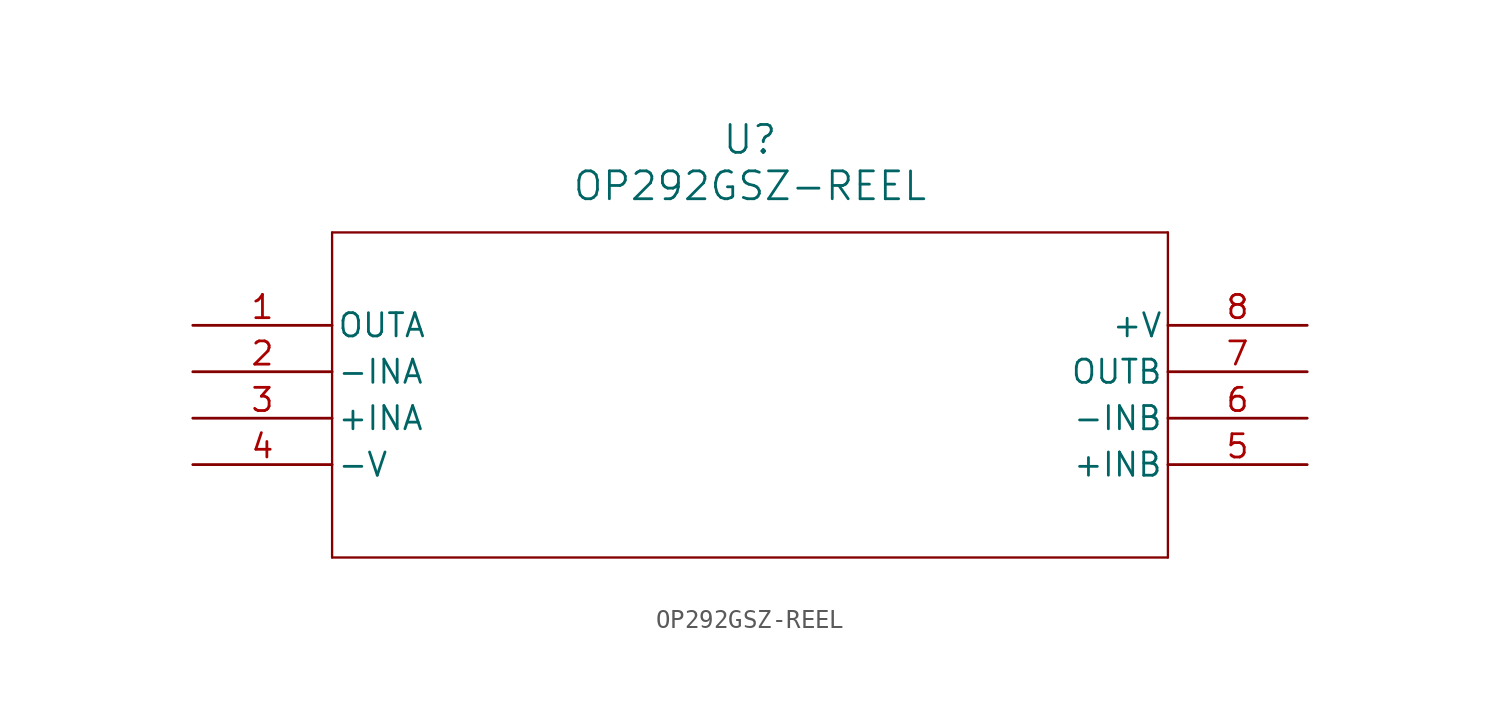
<source format=kicad_sym>
(kicad_symbol_lib
  (version 20211014)
  (generator kicad_symbol_editor)
  (symbol "OP292GSZ-REEL"
    (pin_names
      (offset 0.254))
    (property "Reference" "U"
      (at 30.48 10.16 0)
      (effects (font (size 1.524 1.524))))
    (property "Value" "OP292GSZ-REEL"
      (at 30.48 7.62 0)
      (effects (font (size 1.524 1.524))))
    (symbol "OP292GSZ-REEL_0_1"
      (polyline (pts (xy 7.62 5.08) (xy 7.62 -12.7)) (stroke (width 0.127) (type default) (color 0 0 0 0)) (fill (type none)))
      (polyline (pts (xy 7.62 -12.7) (xy 53.34 -12.7)) (stroke (width 0.127) (type default) (color 0 0 0 0)) (fill (type none)))
      (polyline (pts (xy 53.34 -12.7) (xy 53.34 5.08)) (stroke (width 0.127) (type default) (color 0 0 0 0)) (fill (type none)))
      (polyline (pts (xy 53.34 5.08) (xy 7.62 5.08)) (stroke (width 0.127) (type default) (color 0 0 0 0)) (fill (type none)))
      (pin unspecified line (at 0 0 0) (length 7.62) (name "OUTA" (effects (font (size 1.27 1.27)))) (number "1" (effects (font (size 1.27 1.27)))))
      (pin unspecified line (at 0 -2.54 0) (length 7.62) (name "-INA" (effects (font (size 1.27 1.27)))) (number "2" (effects (font (size 1.27 1.27)))))
      (pin unspecified line (at 0 -5.08 0) (length 7.62) (name "+INA" (effects (font (size 1.27 1.27)))) (number "3" (effects (font (size 1.27 1.27)))))
      (pin power_in line (at 0 -7.62 0) (length 7.62) (name "-V" (effects (font (size 1.27 1.27)))) (number "4" (effects (font (size 1.27 1.27)))))
      (pin unspecified line (at 60.96 -7.62 180) (length 7.62) (name "+INB" (effects (font (size 1.27 1.27)))) (number "5" (effects (font (size 1.27 1.27)))))
      (pin unspecified line (at 60.96 -5.08 180) (length 7.62) (name "-INB" (effects (font (size 1.27 1.27)))) (number "6" (effects (font (size 1.27 1.27)))))
      (pin unspecified line (at 60.96 -2.54 180) (length 7.62) (name "OUTB" (effects (font (size 1.27 1.27)))) (number "7" (effects (font (size 1.27 1.27)))))
      (pin power_in line (at 60.96 0 180) (length 7.62) (name "+V" (effects (font (size 1.27 1.27)))) (number "8" (effects (font (size 1.27 1.27))))))))
</source>
